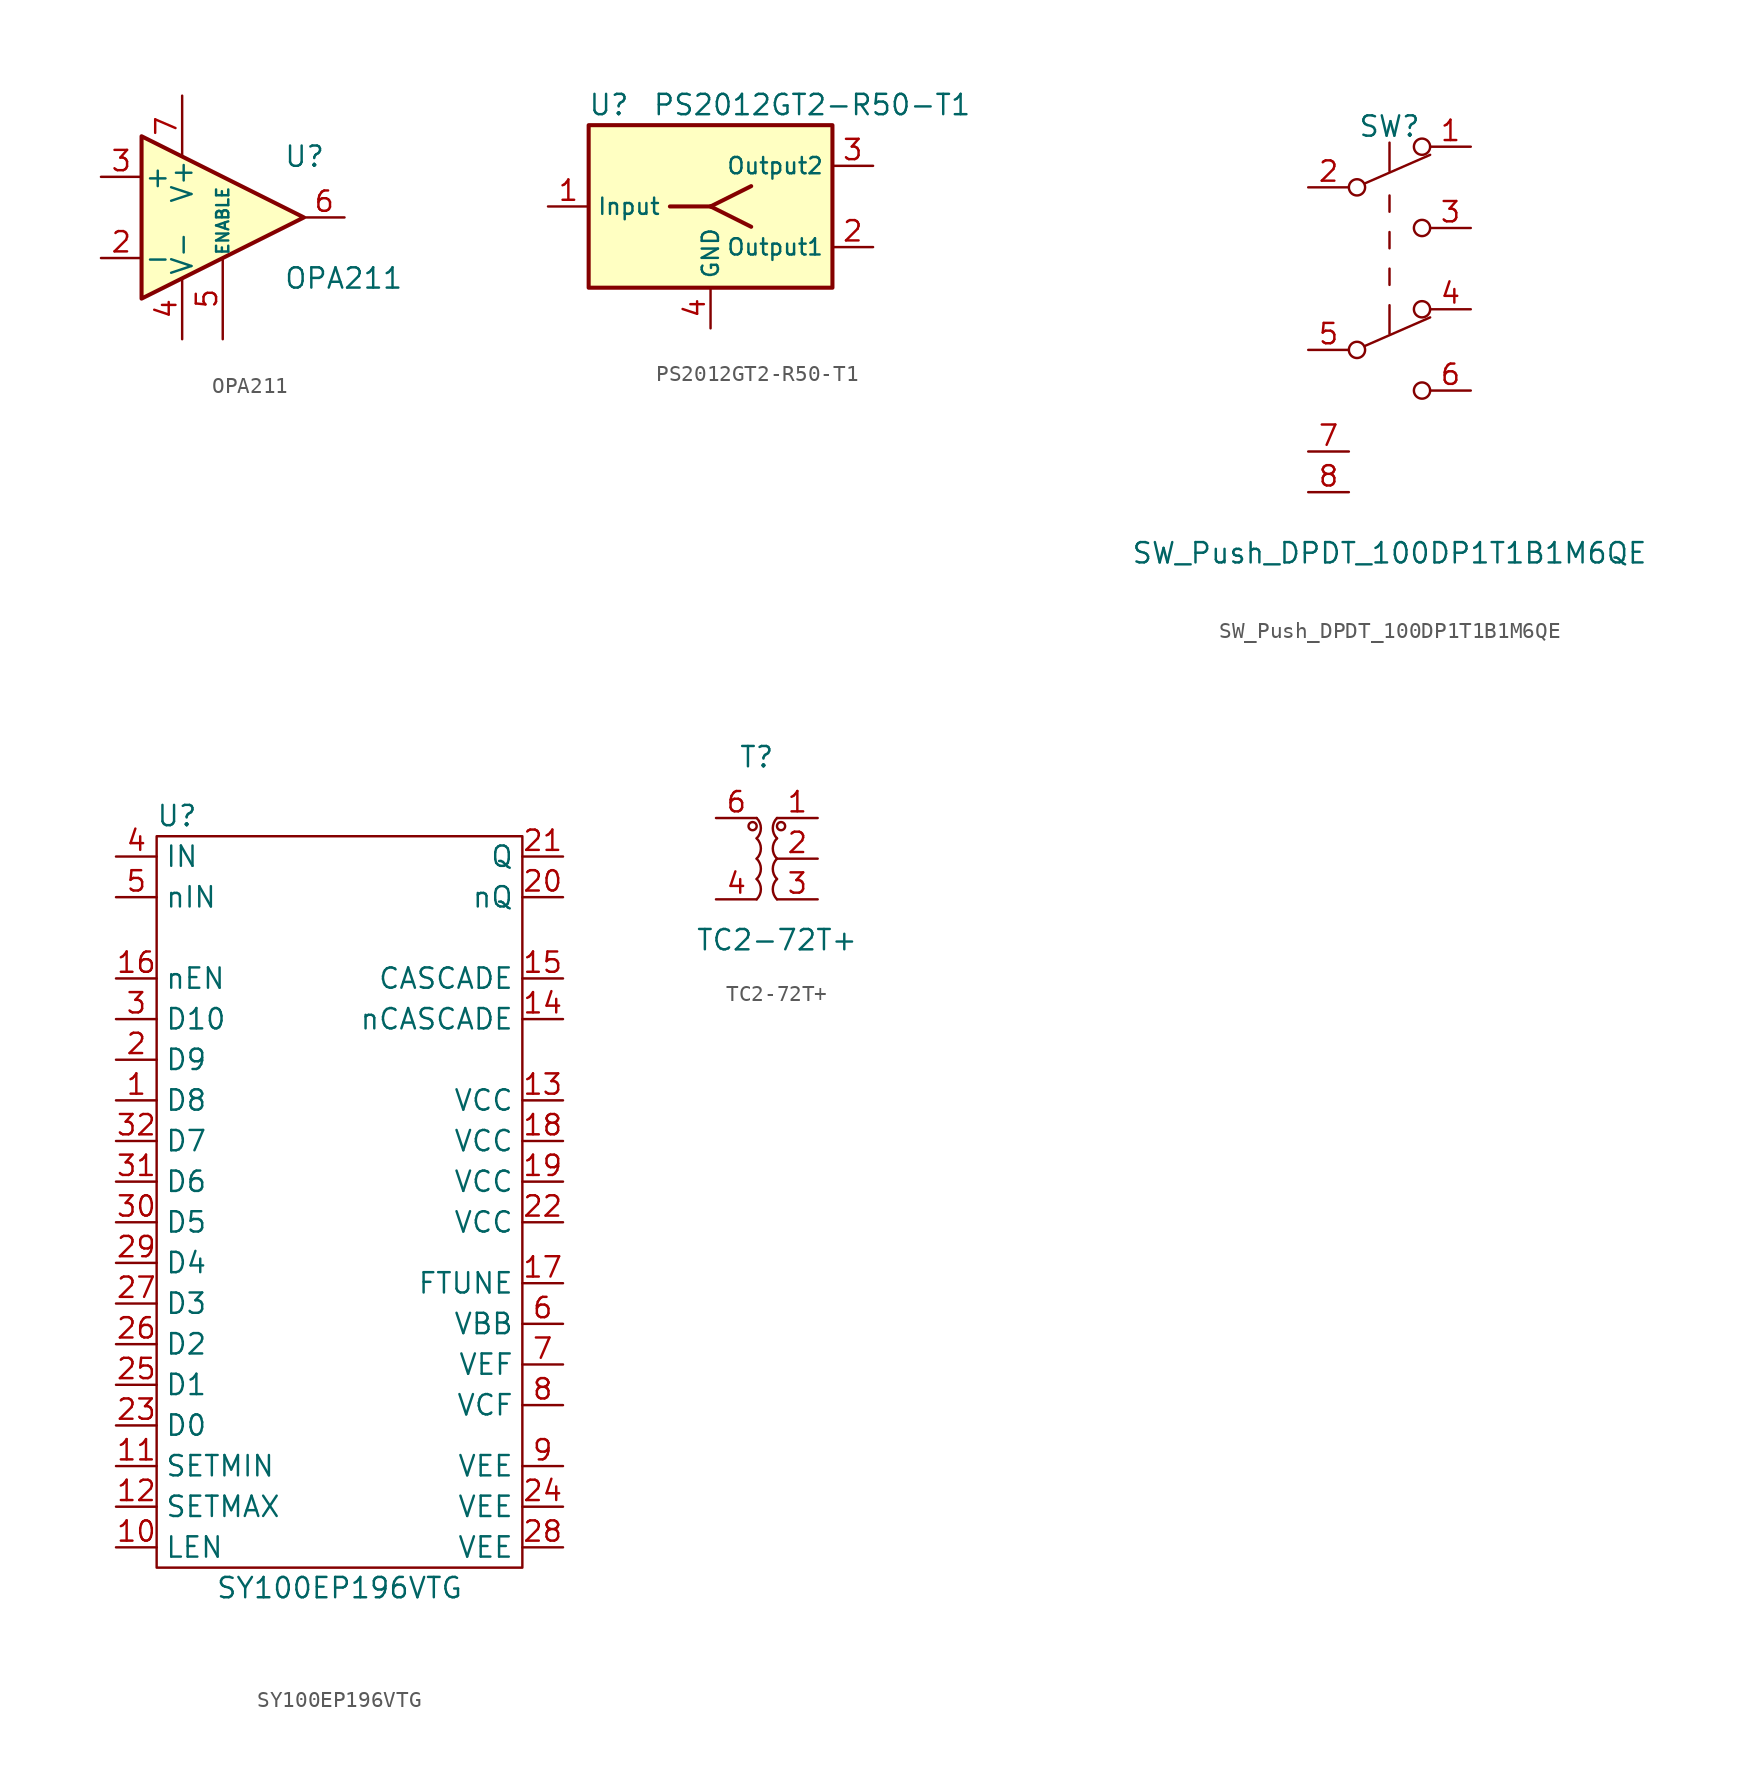
<source format=kicad_sym>
(kicad_symbol_lib
  (version 20211014)
  (generator kicad_symbol_editor)
  (symbol "OPA211"
    (pin_names
      (offset 0.127))
    (property "Reference" "U"
      (at 3.81 3.81 0)
      (effects (font (size 1.27 1.27)) (justify left)))
    (property "Value" "OPA211"
      (at 3.81 -3.81 0)
      (effects (font (size 1.27 1.27)) (justify left)))
    (symbol "OPA211_0_1"
      (polyline (pts (xy -5.08 5.08) (xy 5.08 0) (xy -5.08 -5.08) (xy -5.08 5.08)) (stroke (width 0.254) (type default) (color 0 0 0 0)) (fill (type background))))
    (symbol "OPA211_1_1"
      (pin input line (at -7.62 -2.54 0) (length 2.54) (name "-" (effects (font (size 1.27 1.27)))) (number "2" (effects (font (size 1.27 1.27)))))
      (pin input line (at -7.62 2.54 0) (length 2.54) (name "+" (effects (font (size 1.27 1.27)))) (number "3" (effects (font (size 1.27 1.27)))))
      (pin power_in line (at -2.54 -7.62 90) (length 3.81) (name "V-" (effects (font (size 1.27 1.27)))) (number "4" (effects (font (size 1.27 1.27)))))
      (pin input line (at 0 -7.62 90) (length 5.08) (name "ENABLE" (effects (font (size 0.762 0.762)))) (number "5" (effects (font (size 1.27 1.27)))))
      (pin output line (at 7.62 0 180) (length 2.54) (name "~" (effects (font (size 1.27 1.27)))) (number "6" (effects (font (size 1.27 1.27)))))
      (pin power_in line (at -2.54 7.62 270) (length 3.81) (name "V+" (effects (font (size 1.27 1.27)))) (number "7" (effects (font (size 1.27 1.27)))))))
  (symbol "PS2012GT2-R50-T1"
    (property "Reference" "U"
      (at -6.35 6.35 0)
      (effects (font (size 1.27 1.27))))
    (property "Value" "PS2012GT2-R50-T1"
      (at 6.35 6.35 0)
      (effects (font (size 1.27 1.27))))
    (symbol "PS2012GT2-R50-T1_0_1"
      (rectangle (start -7.62 5.08) (end 7.62 -5.08) (stroke (width 0.254) (type default) (color 0 0 0 0)) (fill (type background)))
      (polyline (pts (xy -2.54 0) (xy 0 0)) (stroke (width 0.254) (type default) (color 0 0 0 0)) (fill (type none)))
      (polyline (pts (xy 0 0) (xy 2.54 -1.27)) (stroke (width 0.254) (type default) (color 0 0 0 0)) (fill (type none)))
      (polyline (pts (xy 0 0) (xy 2.54 1.27)) (stroke (width 0.254) (type default) (color 0 0 0 0)) (fill (type none))))
    (symbol "PS2012GT2-R50-T1_1_1"
      (pin input line (at -10.16 0 0) (length 2.54) (name "Input" (effects (font (size 1.016 1.016)))) (number "1" (effects (font (size 1.27 1.27)))))
      (pin output line (at 10.16 -2.54 180) (length 2.54) (name "Output1" (effects (font (size 1.016 1.016)))) (number "2" (effects (font (size 1.27 1.27)))))
      (pin output line (at 10.16 2.54 180) (length 2.54) (name "Output2" (effects (font (size 1.016 1.016)))) (number "3" (effects (font (size 1.27 1.27)))))
      (pin passive line (at 0 -7.62 90) (length 2.54) (name "GND" (effects (font (size 1.016 1.016)))) (number "4" (effects (font (size 1.27 1.27)))))))
  (symbol "SW_Push_DPDT_100DP1T1B1M6QE"
    (pin_names
      (offset 0) hide)
    (property "Reference" "SW"
      (at 0 8.89 0)
      (effects (font (size 1.27 1.27))))
    (property "Value" "SW_Push_DPDT_100DP1T1B1M6QE"
      (at 0 -17.78 0)
      (effects (font (size 1.27 1.27))))
    (symbol "SW_Push_DPDT_100DP1T1B1M6QE_0_0"
      (circle (center -2.032 -5.08) (radius 0.508) (stroke (width 0) (type default) (color 0 0 0 0)) (fill (type none)))
      (circle (center -2.032 5.08) (radius 0.508) (stroke (width 0) (type default) (color 0 0 0 0)) (fill (type none)))
      (circle (center 2.032 -7.62) (radius 0.508) (stroke (width 0) (type default) (color 0 0 0 0)) (fill (type none)))
      (circle (center 2.032 2.54) (radius 0.508) (stroke (width 0) (type default) (color 0 0 0 0)) (fill (type none))))
    (symbol "SW_Push_DPDT_100DP1T1B1M6QE_0_1"
      (polyline (pts (xy -1.524 -4.826) (xy 2.54 -3.048)) (stroke (width 0) (type default) (color 0 0 0 0)) (fill (type none)))
      (polyline (pts (xy -1.524 5.334) (xy 2.54 7.112)) (stroke (width 0) (type default) (color 0 0 0 0)) (fill (type none)))
      (polyline (pts (xy 0 -2.286) (xy 0 -4.064)) (stroke (width 0) (type default) (color 0 0 0 0)) (fill (type none)))
      (polyline (pts (xy 0 -1.016) (xy 0 0)) (stroke (width 0) (type default) (color 0 0 0 0)) (fill (type none)))
      (polyline (pts (xy 0 1.27) (xy 0 2.286)) (stroke (width 0) (type default) (color 0 0 0 0)) (fill (type none)))
      (polyline (pts (xy 0 3.556) (xy 0 4.572)) (stroke (width 0) (type default) (color 0 0 0 0)) (fill (type none)))
      (polyline (pts (xy 0 7.874) (xy 0 6.096)) (stroke (width 0) (type default) (color 0 0 0 0)) (fill (type none)))
      (circle (center 2.032 -2.54) (radius 0.508) (stroke (width 0) (type default) (color 0 0 0 0)) (fill (type none)))
      (circle (center 2.032 7.62) (radius 0.508) (stroke (width 0) (type default) (color 0 0 0 0)) (fill (type none))))
    (symbol "SW_Push_DPDT_100DP1T1B1M6QE_1_1"
      (pin passive line (at 5.08 7.62 180) (length 2.54) (name "A" (effects (font (size 1.27 1.27)))) (number "1" (effects (font (size 1.27 1.27)))))
      (pin passive line (at -5.08 5.08 0) (length 2.54) (name "B" (effects (font (size 1.27 1.27)))) (number "2" (effects (font (size 1.27 1.27)))))
      (pin passive line (at 5.08 2.54 180) (length 2.54) (name "C" (effects (font (size 1.27 1.27)))) (number "3" (effects (font (size 1.27 1.27)))))
      (pin passive line (at 5.08 -2.54 180) (length 2.54) (name "A" (effects (font (size 1.27 1.27)))) (number "4" (effects (font (size 1.27 1.27)))))
      (pin passive line (at -5.08 -5.08 0) (length 2.54) (name "B" (effects (font (size 1.27 1.27)))) (number "5" (effects (font (size 1.27 1.27)))))
      (pin passive line (at 5.08 -7.62 180) (length 2.54) (name "C" (effects (font (size 1.27 1.27)))) (number "6" (effects (font (size 1.27 1.27)))))
      (pin passive line (at -5.08 -11.43 0) (length 2.54) (name "SHLD" (effects (font (size 1.27 1.27)))) (number "7" (effects (font (size 1.27 1.27)))))
      (pin passive line (at -5.08 -13.97 0) (length 2.54) (name "SHLD" (effects (font (size 1.27 1.27)))) (number "8" (effects (font (size 1.27 1.27)))))))
  (symbol "SY100EP196VTG"
    (property "Reference" "U"
      (at -10.16 24.13 0)
      (effects (font (size 1.27 1.27))))
    (property "Value" "SY100EP196VTG"
      (at 0 -24.13 0)
      (effects (font (size 1.27 1.27))))
    (symbol "SY100EP196VTG_0_1"
      (rectangle (start -11.43 22.86) (end 11.43 -22.86) (stroke (width 0.152) (type default) (color 0 0 0 0)) (fill (type none))))
    (symbol "SY100EP196VTG_1_1"
      (pin input line (at -13.97 6.35 0) (length 2.54) (name "D8" (effects (font (size 1.27 1.27)))) (number "1" (effects (font (size 1.27 1.27)))))
      (pin input line (at -13.97 -21.59 0) (length 2.54) (name "LEN" (effects (font (size 1.27 1.27)))) (number "10" (effects (font (size 1.27 1.27)))))
      (pin input line (at -13.97 -16.51 0) (length 2.54) (name "SETMIN" (effects (font (size 1.27 1.27)))) (number "11" (effects (font (size 1.27 1.27)))))
      (pin input line (at -13.97 -19.05 0) (length 2.54) (name "SETMAX" (effects (font (size 1.27 1.27)))) (number "12" (effects (font (size 1.27 1.27)))))
      (pin power_in line (at 13.97 6.35 180) (length 2.54) (name "VCC" (effects (font (size 1.27 1.27)))) (number "13" (effects (font (size 1.27 1.27)))))
      (pin input line (at 13.97 11.43 180) (length 2.54) (name "nCASCADE" (effects (font (size 1.27 1.27)))) (number "14" (effects (font (size 1.27 1.27)))))
      (pin input line (at 13.97 13.97 180) (length 2.54) (name "CASCADE" (effects (font (size 1.27 1.27)))) (number "15" (effects (font (size 1.27 1.27)))))
      (pin input line (at -13.97 13.97 0) (length 2.54) (name "nEN" (effects (font (size 1.27 1.27)))) (number "16" (effects (font (size 1.27 1.27)))))
      (pin input line (at 13.97 -5.08 180) (length 2.54) (name "FTUNE" (effects (font (size 1.27 1.27)))) (number "17" (effects (font (size 1.27 1.27)))))
      (pin power_in line (at 13.97 3.81 180) (length 2.54) (name "VCC" (effects (font (size 1.27 1.27)))) (number "18" (effects (font (size 1.27 1.27)))))
      (pin power_in line (at 13.97 1.27 180) (length 2.54) (name "VCC" (effects (font (size 1.27 1.27)))) (number "19" (effects (font (size 1.27 1.27)))))
      (pin input line (at -13.97 8.89 0) (length 2.54) (name "D9" (effects (font (size 1.27 1.27)))) (number "2" (effects (font (size 1.27 1.27)))))
      (pin input line (at 13.97 19.05 180) (length 2.54) (name "nQ" (effects (font (size 1.27 1.27)))) (number "20" (effects (font (size 1.27 1.27)))))
      (pin input line (at 13.97 21.59 180) (length 2.54) (name "Q" (effects (font (size 1.27 1.27)))) (number "21" (effects (font (size 1.27 1.27)))))
      (pin power_in line (at 13.97 -1.27 180) (length 2.54) (name "VCC" (effects (font (size 1.27 1.27)))) (number "22" (effects (font (size 1.27 1.27)))))
      (pin input line (at -13.97 -13.97 0) (length 2.54) (name "D0" (effects (font (size 1.27 1.27)))) (number "23" (effects (font (size 1.27 1.27)))))
      (pin power_in line (at 13.97 -19.05 180) (length 2.54) (name "VEE" (effects (font (size 1.27 1.27)))) (number "24" (effects (font (size 1.27 1.27)))))
      (pin input line (at -13.97 -11.43 0) (length 2.54) (name "D1" (effects (font (size 1.27 1.27)))) (number "25" (effects (font (size 1.27 1.27)))))
      (pin input line (at -13.97 -8.89 0) (length 2.54) (name "D2" (effects (font (size 1.27 1.27)))) (number "26" (effects (font (size 1.27 1.27)))))
      (pin input line (at -13.97 -6.35 0) (length 2.54) (name "D3" (effects (font (size 1.27 1.27)))) (number "27" (effects (font (size 1.27 1.27)))))
      (pin power_in line (at 13.97 -21.59 180) (length 2.54) (name "VEE" (effects (font (size 1.27 1.27)))) (number "28" (effects (font (size 1.27 1.27)))))
      (pin input line (at -13.97 -3.81 0) (length 2.54) (name "D4" (effects (font (size 1.27 1.27)))) (number "29" (effects (font (size 1.27 1.27)))))
      (pin input line (at -13.97 11.43 0) (length 2.54) (name "D10" (effects (font (size 1.27 1.27)))) (number "3" (effects (font (size 1.27 1.27)))))
      (pin input line (at -13.97 -1.27 0) (length 2.54) (name "D5" (effects (font (size 1.27 1.27)))) (number "30" (effects (font (size 1.27 1.27)))))
      (pin input line (at -13.97 1.27 0) (length 2.54) (name "D6" (effects (font (size 1.27 1.27)))) (number "31" (effects (font (size 1.27 1.27)))))
      (pin input line (at -13.97 3.81 0) (length 2.54) (name "D7" (effects (font (size 1.27 1.27)))) (number "32" (effects (font (size 1.27 1.27)))))
      (pin input line (at -13.97 21.59 0) (length 2.54) (name "IN" (effects (font (size 1.27 1.27)))) (number "4" (effects (font (size 1.27 1.27)))))
      (pin input line (at -13.97 19.05 0) (length 2.54) (name "nIN" (effects (font (size 1.27 1.27)))) (number "5" (effects (font (size 1.27 1.27)))))
      (pin power_out line (at 13.97 -7.62 180) (length 2.54) (name "VBB" (effects (font (size 1.27 1.27)))) (number "6" (effects (font (size 1.27 1.27)))))
      (pin power_out line (at 13.97 -10.16 180) (length 2.54) (name "VEF" (effects (font (size 1.27 1.27)))) (number "7" (effects (font (size 1.27 1.27)))))
      (pin input line (at 13.97 -12.7 180) (length 2.54) (name "VCF" (effects (font (size 1.27 1.27)))) (number "8" (effects (font (size 1.27 1.27)))))
      (pin power_in line (at 13.97 -16.51 180) (length 2.54) (name "VEE" (effects (font (size 1.27 1.27)))) (number "9" (effects (font (size 1.27 1.27)))))))
  (symbol "TC2-72T+"
    (property "Reference" "T"
      (at -1.27 6.35 0)
      (effects (font (size 1.27 1.27))))
    (property "Value" "TC2-72T+"
      (at 0 -5.08 0)
      (effects (font (size 1.27 1.27))))
    (symbol "TC2-72T+_0_1"
      (circle (center -1.524 2.032) (radius 0.254) (stroke (width 0.152) (type default) (color 0 0 0 0)) (fill (type none)))
      (arc (start -1.27 -2.54) (mid -1.007 -1.905) (end -1.27 -1.27) (stroke (width 0.1524) (type default) (color 0 0 0 0)) (fill (type none)))
      (arc (start -1.27 -1.27) (mid -1.007 -0.635) (end -1.27 0) (stroke (width 0.1524) (type default) (color 0 0 0 0)) (fill (type none)))
      (arc (start -1.27 0) (mid -1.007 0.635) (end -1.27 1.27) (stroke (width 0.1524) (type default) (color 0 0 0 0)) (fill (type none)))
      (arc (start -1.27 1.27) (mid -1.007 1.905) (end -1.27 2.54) (stroke (width 0.1524) (type default) (color 0 0 0 0)) (fill (type none)))
      (arc (start 0 -1.27) (mid -0.263 -1.905) (end 0 -2.54) (stroke (width 0.1524) (type default) (color 0 0 0 0)) (fill (type none)))
      (arc (start 0 0) (mid -0.263 -0.635) (end 0 -1.27) (stroke (width 0.1524) (type default) (color 0 0 0 0)) (fill (type none)))
      (arc (start 0 1.27) (mid -0.263 0.635) (end 0 0) (stroke (width 0.1524) (type default) (color 0 0 0 0)) (fill (type none)))
      (arc (start 0 2.54) (mid -0.263 1.905) (end 0 1.27) (stroke (width 0.1524) (type default) (color 0 0 0 0)) (fill (type none)))
      (circle (center 0.254 2.032) (radius 0.254) (stroke (width 0.152) (type default) (color 0 0 0 0)) (fill (type none))))
    (symbol "TC2-72T+_1_1"
      (pin passive line (at 2.54 2.54 180) (length 2.54) (name "" (effects (font (size 1.27 1.27)))) (number "1" (effects (font (size 1.27 1.27)))))
      (pin passive line (at 2.54 0 180) (length 2.54) (name "" (effects (font (size 1.27 1.27)))) (number "2" (effects (font (size 1.27 1.27)))))
      (pin passive line (at 2.54 -2.54 180) (length 2.54) (name "" (effects (font (size 1.27 1.27)))) (number "3" (effects (font (size 1.27 1.27)))))
      (pin passive line (at -3.81 -2.54 0) (length 2.54) (name "" (effects (font (size 1.27 1.27)))) (number "4" (effects (font (size 1.27 1.27)))))
      (pin passive line (at -3.81 2.54 0) (length 2.54) (name "" (effects (font (size 1.27 1.27)))) (number "6" (effects (font (size 1.27 1.27))))))))
</source>
